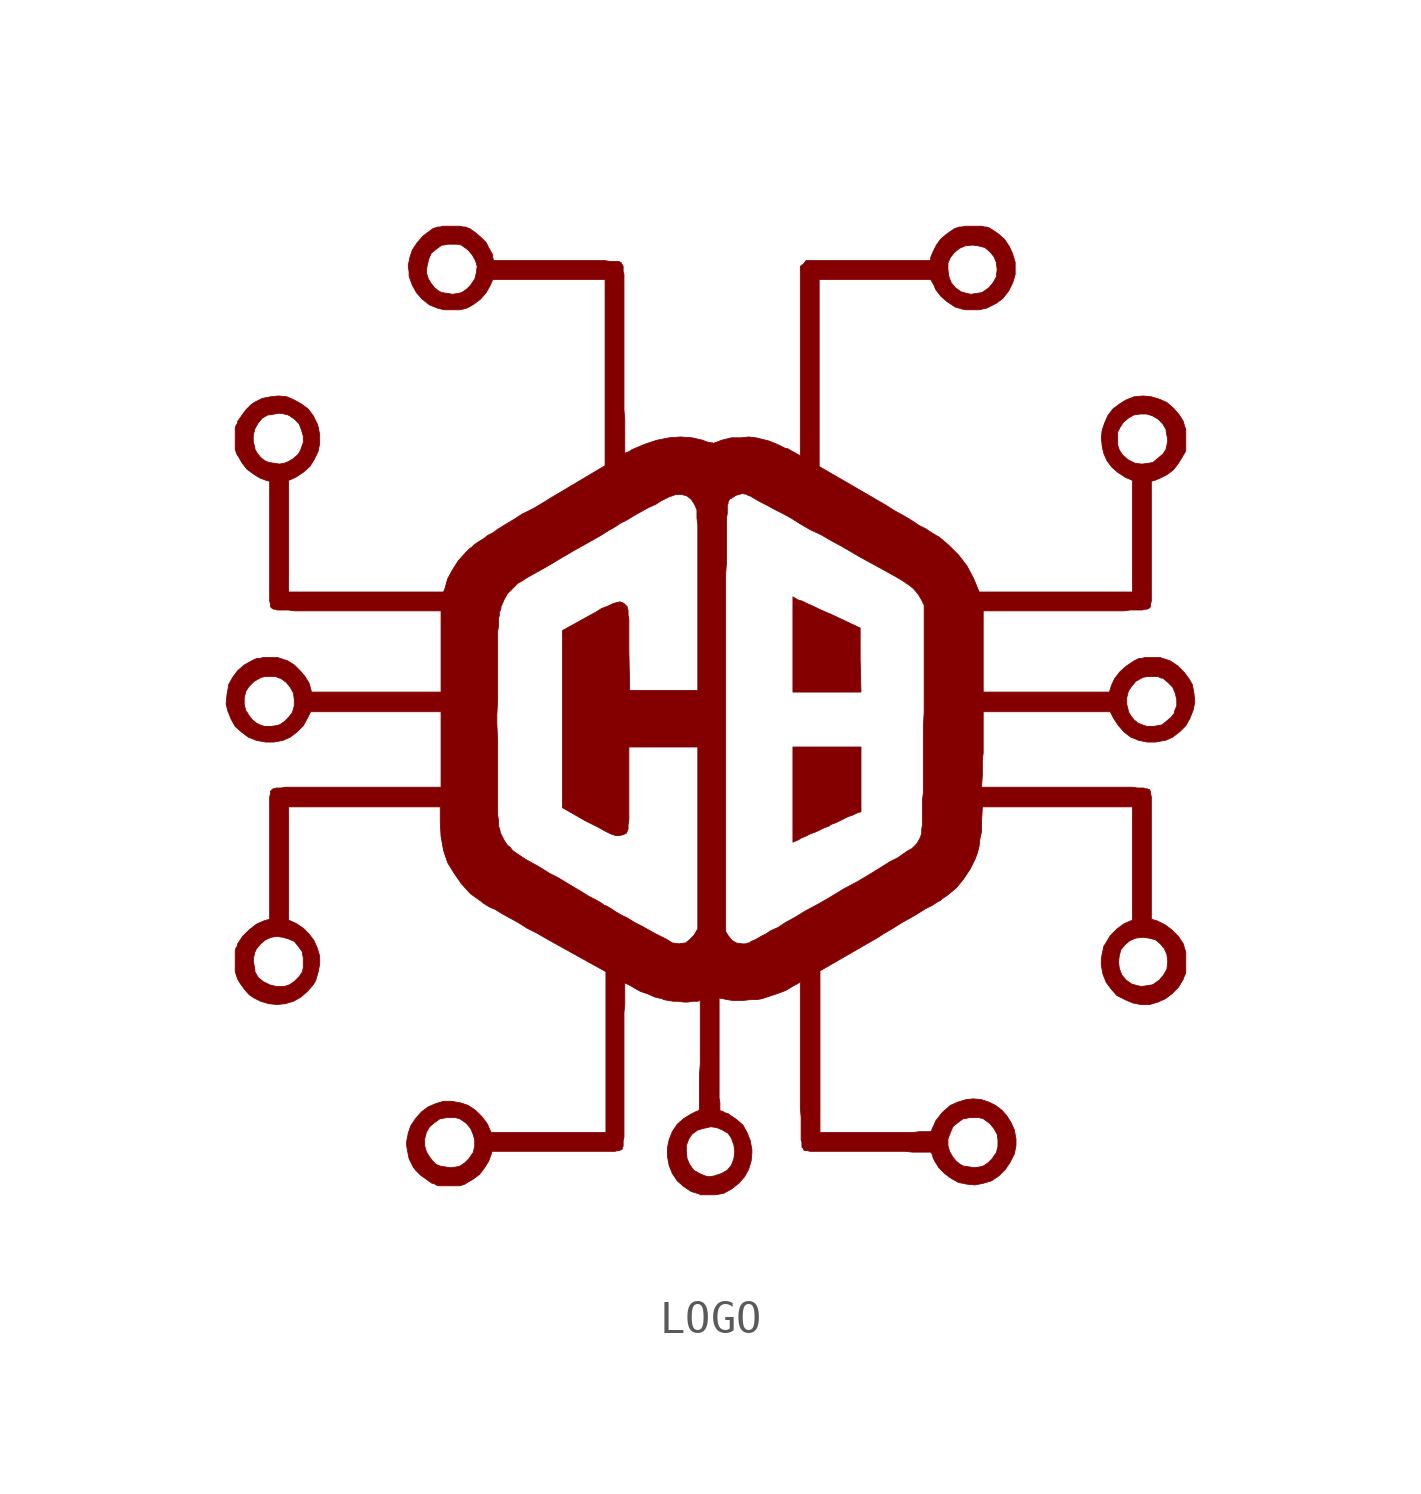
<source format=kicad_sym>
(kicad_symbol_lib
  (version 20201005)
  (generator kicad_symbol_editor)
  (symbol "0xcb:LOGO"
    (pin_names
      (offset 1.016))
    (property "Reference" "#G"
      (at 0 -14.376 0)
      (effects (font (size 1.27 1.27)) hide))
    (symbol "LOGO_0_0"
      (polyline (pts (xy 4.623 1.575) (xy 4.623 2.565) (xy 3.708 2.997) (xy 3.581 3.048) (xy 3.353 3.15) (xy 3.15 3.251) (xy 2.972 3.327) (xy 2.819 3.404) (xy 2.718 3.429) (xy 2.667 3.454) (xy 2.54 3.531) (xy 2.54 0.584) (xy 4.648 0.584) (xy 4.623 1.575)) (stroke (width 0.025)) (fill (type outline)))
      (polyline (pts (xy 2.718 -3.988) (xy 2.794 -3.937) (xy 2.921 -3.886) (xy 3.073 -3.81) (xy 3.277 -3.734) (xy 3.48 -3.632) (xy 3.683 -3.556) (xy 3.683 -3.531) (xy 3.886 -3.454) (xy 4.242 -3.277) (xy 4.394 -3.226) (xy 4.547 -3.15) (xy 4.648 -3.124) (xy 4.648 -1.118) (xy 2.54 -1.118) (xy 2.54 -4.064) (xy 2.718 -3.988)) (stroke (width 0.025)) (fill (type outline)))
      (polyline (pts (xy 0.279 -14.961) (xy 0.406 -14.935) (xy 0.635 -14.808) (xy 0.864 -14.63) (xy 1.041 -14.427) (xy 1.168 -14.199) (xy 1.245 -13.945) (xy 1.27 -13.691) (xy 1.27 -13.589) (xy 1.219 -13.31) (xy 1.118 -13.056) (xy 0.991 -12.827) (xy 0.787 -12.649) (xy 0.559 -12.497) (xy 0.533 -12.471) (xy 0.432 -12.446) (xy 0.356 -12.395) (xy 0.305 -12.395) (xy 0.279 -12.37) (xy 0.279 -12.141) (xy 0.254 -11.989) (xy 0.254 -8.89) (xy 0.508 -8.941) (xy 0.66 -8.966) (xy 1.016 -8.966) (xy 1.219 -8.941) (xy 1.422 -8.941) (xy 1.575 -8.915) (xy 2.032 -8.763) (xy 2.311 -8.661) (xy 2.565 -8.509) (xy 2.667 -8.458) (xy 2.743 -8.407) (xy 2.769 -8.382) (xy 2.769 -12.294) (xy 2.794 -12.573) (xy 2.794 -13.284) (xy 2.819 -13.36) (xy 2.819 -13.462) (xy 7.341 -13.462) (xy 7.341 -13.259) (xy 7.417 -13.056) (xy 7.493 -12.878) (xy 7.645 -12.751) (xy 7.823 -12.624) (xy 7.874 -12.624) (xy 8.001 -12.598) (xy 8.306 -12.598) (xy 8.433 -12.624) (xy 8.458 -12.649) (xy 8.636 -12.776) (xy 8.763 -12.929) (xy 8.865 -13.106) (xy 8.89 -13.284) (xy 8.89 -13.487) (xy 8.839 -13.691) (xy 8.814 -13.716) (xy 8.712 -13.868) (xy 8.585 -13.995) (xy 8.433 -14.097) (xy 8.331 -14.122) (xy 8.153 -14.148) (xy 8.001 -14.122) (xy 7.823 -14.097) (xy 7.722 -14.046) (xy 7.595 -13.945) (xy 7.493 -13.818) (xy 7.417 -13.691) (xy 7.391 -13.64) (xy 7.341 -13.462) (xy 2.819 -13.462) (xy 2.819 -13.513) (xy 2.87 -13.564) (xy 2.87 -13.589) (xy 2.896 -13.614) (xy 2.972 -13.614) (xy 3.073 -13.64) (xy 6.02 -13.64) (xy 6.248 -13.665) (xy 6.807 -13.665) (xy 6.833 -13.691) (xy 6.858 -13.741) (xy 6.883 -13.843) (xy 6.934 -13.945) (xy 7.061 -14.148) (xy 7.239 -14.326) (xy 7.442 -14.478) (xy 7.671 -14.605) (xy 7.925 -14.656) (xy 8.179 -14.681) (xy 8.433 -14.63) (xy 8.687 -14.554) (xy 8.915 -14.402) (xy 9.119 -14.199) (xy 9.271 -13.97) (xy 9.398 -13.716) (xy 9.449 -13.462) (xy 9.449 -13.259) (xy 9.398 -12.979) (xy 9.296 -12.751) (xy 9.169 -12.548) (xy 9.017 -12.37) (xy 8.814 -12.217) (xy 8.611 -12.116) (xy 8.382 -12.04) (xy 8.128 -12.014) (xy 7.899 -12.04) (xy 7.645 -12.116) (xy 7.417 -12.217) (xy 7.214 -12.395) (xy 7.137 -12.471) (xy 7.061 -12.573) (xy 6.96 -12.7) (xy 6.909 -12.827) (xy 6.858 -12.929) (xy 6.833 -13.005) (xy 6.807 -13.03) (xy 6.452 -13.03) (xy 6.274 -13.056) (xy 3.378 -13.056) (xy 3.378 -8.052) (xy 5.182 -7.01) (xy 5.334 -6.909) (xy 5.639 -6.731) (xy 5.918 -6.553) (xy 6.198 -6.401) (xy 6.452 -6.248) (xy 6.655 -6.121) (xy 6.858 -6.02) (xy 7.01 -5.918) (xy 7.112 -5.867) (xy 7.163 -5.817) (xy 7.315 -5.715) (xy 7.595 -5.486) (xy 7.823 -5.207) (xy 8.026 -4.902) (xy 8.179 -4.597) (xy 8.255 -4.394) (xy 8.306 -4.191) (xy 8.331 -3.962) (xy 8.382 -3.734) (xy 8.382 -3.429) (xy 8.407 -2.972) (xy 13.056 -2.972) (xy 13.056 -6.477) (xy 12.827 -6.579) (xy 12.776 -6.604) (xy 12.573 -6.756) (xy 12.37 -6.96) (xy 12.217 -7.214) (xy 12.167 -7.29) (xy 12.09 -7.671) (xy 12.09 -7.772) (xy 12.624 -7.772) (xy 12.649 -7.569) (xy 12.7 -7.391) (xy 12.827 -7.239) (xy 12.979 -7.112) (xy 13.157 -7.036) (xy 13.386 -7.01) (xy 13.564 -7.036) (xy 13.767 -7.087) (xy 13.919 -7.214) (xy 14.046 -7.366) (xy 14.122 -7.544) (xy 14.148 -7.772) (xy 14.122 -8.001) (xy 14.021 -8.179) (xy 13.894 -8.331) (xy 13.716 -8.458) (xy 13.665 -8.484) (xy 13.513 -8.509) (xy 13.335 -8.534) (xy 13.208 -8.509) (xy 13.03 -8.458) (xy 12.852 -8.331) (xy 12.725 -8.179) (xy 12.649 -7.976) (xy 12.624 -7.772) (xy 12.09 -7.772) (xy 12.09 -7.874) (xy 12.141 -8.153) (xy 12.243 -8.407) (xy 12.395 -8.611) (xy 12.573 -8.814) (xy 12.827 -8.941) (xy 13.056 -9.042) (xy 13.31 -9.093) (xy 13.589 -9.093) (xy 13.843 -9.017) (xy 14.072 -8.915) (xy 14.275 -8.763) (xy 14.478 -8.56) (xy 14.63 -8.306) (xy 14.63 -8.28) (xy 14.681 -8.179) (xy 14.707 -8.103) (xy 14.707 -7.468) (xy 14.656 -7.315) (xy 14.63 -7.214) (xy 14.478 -6.985) (xy 14.275 -6.782) (xy 14.072 -6.629) (xy 13.818 -6.502) (xy 13.64 -6.452) (xy 13.64 -2.667) (xy 13.614 -2.54) (xy 13.614 -2.489) (xy 13.589 -2.464) (xy 13.589 -2.438) (xy 13.564 -2.438) (xy 13.513 -2.413) (xy 13.462 -2.413) (xy 13.411 -2.388) (xy 13.208 -2.388) (xy 13.056 -2.362) (xy 8.382 -2.362) (xy 8.407 -1.981) (xy 8.407 -1.524) (xy 8.433 -1.295) (xy 8.433 -0.025) (xy 12.37 -0.025) (xy 12.471 -0.229) (xy 12.624 -0.457) (xy 12.802 -0.66) (xy 13.005 -0.813) (xy 13.259 -0.914) (xy 13.513 -0.965) (xy 13.767 -0.965) (xy 14.046 -0.914) (xy 14.072 -0.914) (xy 14.3 -0.813) (xy 14.529 -0.635) (xy 14.707 -0.457) (xy 14.834 -0.229) (xy 14.935 0.025) (xy 14.986 0.279) (xy 14.961 0.533) (xy 14.91 0.813) (xy 14.808 0.991) (xy 14.656 1.194) (xy 14.453 1.397) (xy 14.224 1.549) (xy 13.919 1.651) (xy 13.437 1.651) (xy 13.335 1.626) (xy 13.259 1.626) (xy 13.106 1.549) (xy 12.878 1.397) (xy 12.675 1.219) (xy 12.497 0.991) (xy 12.395 0.762) (xy 12.344 0.584) (xy 8.433 0.584) (xy 8.433 3.099) (xy 12.802 3.099) (xy 12.979 3.124) (xy 13.36 3.124) (xy 13.437 3.15) (xy 13.513 3.15) (xy 13.538 3.175) (xy 13.564 3.175) (xy 13.614 3.226) (xy 13.614 3.302) (xy 13.64 3.404) (xy 13.64 7.112) (xy 13.741 7.137) (xy 13.919 7.214) (xy 14.122 7.315) (xy 14.326 7.468) (xy 14.478 7.671) (xy 14.605 7.874) (xy 14.63 7.925) (xy 14.681 8.001) (xy 14.707 8.077) (xy 14.707 8.712) (xy 14.656 8.865) (xy 14.63 8.966) (xy 14.503 9.169) (xy 14.326 9.373) (xy 14.122 9.55) (xy 13.894 9.652) (xy 13.64 9.728) (xy 13.386 9.754) (xy 13.106 9.728) (xy 12.852 9.627) (xy 12.649 9.5) (xy 12.446 9.347) (xy 12.294 9.144) (xy 12.192 8.915) (xy 12.116 8.687) (xy 12.09 8.458) (xy 12.116 8.23) (xy 12.598 8.23) (xy 12.598 8.636) (xy 12.675 8.788) (xy 12.776 8.941) (xy 12.929 9.068) (xy 13.106 9.169) (xy 13.31 9.195) (xy 13.487 9.195) (xy 13.665 9.144) (xy 13.843 9.042) (xy 13.995 8.89) (xy 14.097 8.712) (xy 14.097 8.661) (xy 14.122 8.534) (xy 14.148 8.382) (xy 14.122 8.23) (xy 14.097 8.128) (xy 14.097 8.103) (xy 13.995 7.95) (xy 13.691 7.696) (xy 13.564 7.671) (xy 13.36 7.645) (xy 13.335 7.645) (xy 13.132 7.671) (xy 12.929 7.772) (xy 12.776 7.899) (xy 12.751 7.925) (xy 12.649 8.077) (xy 12.598 8.23) (xy 12.116 8.23) (xy 12.116 8.204) (xy 12.167 7.976) (xy 12.268 7.747) (xy 12.421 7.544) (xy 12.598 7.391) (xy 12.827 7.239) (xy 13.056 7.137) (xy 13.056 3.683) (xy 8.306 3.683) (xy 8.204 3.937) (xy 8.128 4.115) (xy 7.925 4.496) (xy 7.671 4.826) (xy 7.366 5.131) (xy 7.036 5.41) (xy 7.01 5.41) (xy 6.934 5.461) (xy 6.807 5.537) (xy 6.655 5.639) (xy 6.452 5.74) (xy 6.223 5.893) (xy 5.969 6.045) (xy 5.69 6.198) (xy 5.41 6.375) (xy 5.105 6.553) (xy 3.353 7.569) (xy 3.353 13.36) (xy 6.807 13.36) (xy 6.909 13.183) (xy 6.96 13.056) (xy 7.112 12.852) (xy 7.315 12.675) (xy 7.544 12.522) (xy 7.595 12.497) (xy 7.696 12.471) (xy 7.772 12.446) (xy 7.899 12.421) (xy 8.306 12.421) (xy 8.407 12.446) (xy 8.534 12.471) (xy 8.839 12.624) (xy 9.042 12.776) (xy 9.22 13.005) (xy 9.347 13.259) (xy 9.423 13.513) (xy 9.423 13.894) (xy 9.347 14.148) (xy 9.246 14.376) (xy 9.093 14.605) (xy 8.89 14.783) (xy 8.661 14.935) (xy 8.611 14.961) (xy 8.534 14.986) (xy 8.484 14.986) (xy 8.382 15.011) (xy 7.874 15.011) (xy 7.772 14.986) (xy 7.696 14.986) (xy 7.544 14.935) (xy 7.468 14.884) (xy 7.29 14.757) (xy 7.112 14.605) (xy 6.985 14.427) (xy 6.883 14.224) (xy 6.807 14.046) (xy 6.807 13.945) (xy 2.946 13.945) (xy 2.87 13.843) (xy 2.769 13.767) (xy 2.769 13.665) (xy 7.341 13.665) (xy 7.341 13.868) (xy 7.417 14.046) (xy 7.544 14.199) (xy 7.696 14.326) (xy 7.874 14.402) (xy 8.103 14.427) (xy 8.28 14.402) (xy 8.484 14.351) (xy 8.636 14.224) (xy 8.763 14.072) (xy 8.839 13.894) (xy 8.865 13.665) (xy 8.839 13.437) (xy 8.738 13.259) (xy 8.611 13.106) (xy 8.433 12.979) (xy 8.382 12.954) (xy 8.23 12.929) (xy 8.052 12.903) (xy 7.925 12.929) (xy 7.747 12.979) (xy 7.569 13.106) (xy 7.442 13.259) (xy 7.366 13.462) (xy 7.341 13.665) (xy 2.769 13.665) (xy 2.769 7.899) (xy 2.362 8.128) (xy 2.311 8.128) (xy 2.057 8.255) (xy 1.803 8.357) (xy 1.397 8.458) (xy 1.168 8.484) (xy 0.94 8.458) (xy 0.635 8.458) (xy 0.33 8.382) (xy 0.203 8.331) (xy 0.051 8.28) (xy 0.051 8.306) (xy -0.025 8.306) (xy -0.127 8.331) (xy -0.254 8.382) (xy -0.584 8.458) (xy -0.94 8.484) (xy -1.295 8.458) (xy -1.676 8.382) (xy -2.057 8.255) (xy -2.413 8.103) (xy -2.464 8.077) (xy -2.54 8.026) (xy -2.616 8.001) (xy -2.667 7.976) (xy -2.667 9.017) (xy -2.692 9.322) (xy -2.692 13.513) (xy -2.718 13.614) (xy -2.718 13.767) (xy -2.743 13.818) (xy -2.769 13.843) (xy -2.769 13.868) (xy -2.794 13.894) (xy -2.819 13.894) (xy -2.845 13.919) (xy -3.124 13.919) (xy -3.277 13.945) (xy -6.731 13.945) (xy -6.756 14.046) (xy -6.756 14.122) (xy -6.858 14.3) (xy -6.96 14.503) (xy -7.112 14.656) (xy -7.29 14.808) (xy -7.468 14.935) (xy -7.544 14.961) (xy -7.595 14.986) (xy -7.671 14.986) (xy -7.772 15.011) (xy -8.306 15.011) (xy -8.382 14.986) (xy -8.458 14.986) (xy -8.611 14.935) (xy -8.915 14.707) (xy -9.093 14.503) (xy -9.246 14.275) (xy -9.322 14.046) (xy -9.373 13.792) (xy -9.347 13.589) (xy -8.814 13.589) (xy -8.788 13.792) (xy -8.738 13.995) (xy -8.661 14.173) (xy -8.509 14.3) (xy -8.331 14.427) (xy -8.28 14.427) (xy -8.153 14.453) (xy -7.849 14.453) (xy -7.722 14.427) (xy -7.696 14.402) (xy -7.518 14.275) (xy -7.391 14.122) (xy -7.29 13.945) (xy -7.239 13.767) (xy -7.264 13.564) (xy -7.315 13.36) (xy -7.341 13.335) (xy -7.442 13.183) (xy -7.569 13.056) (xy -7.722 12.954) (xy -7.823 12.929) (xy -8.001 12.903) (xy -8.153 12.929) (xy -8.331 12.954) (xy -8.433 13.005) (xy -8.56 13.106) (xy -8.661 13.233) (xy -8.738 13.36) (xy -8.763 13.411) (xy -8.814 13.589) (xy -9.347 13.589) (xy -9.347 13.513) (xy -9.347 13.462) (xy -9.246 13.183) (xy -9.119 12.954) (xy -8.941 12.751) (xy -8.712 12.573) (xy -8.458 12.471) (xy -8.255 12.421) (xy -7.772 12.421) (xy -7.569 12.471) (xy -7.468 12.522) (xy -7.341 12.598) (xy -7.137 12.751) (xy -6.96 12.954) (xy -6.833 13.183) (xy -6.756 13.36) (xy -3.277 13.36) (xy -3.277 7.595) (xy -5.029 6.553) (xy -5.105 6.502) (xy -5.486 6.274) (xy -5.842 6.096) (xy -6.121 5.918) (xy -6.375 5.766) (xy -6.579 5.639) (xy -6.756 5.512) (xy -6.909 5.436) (xy -7.036 5.334) (xy -7.163 5.258) (xy -7.315 5.156) (xy -7.391 5.08) (xy -7.468 5.029) (xy -7.595 4.902) (xy -7.823 4.648) (xy -8.001 4.369) (xy -8.153 4.089) (xy -8.23 3.81) (xy -8.28 3.683) (xy -13.081 3.683) (xy -13.081 7.137) (xy -12.852 7.239) (xy -12.624 7.391) (xy -12.421 7.569) (xy -12.294 7.772) (xy -12.167 8.026) (xy -12.116 8.28) (xy -12.116 8.56) (xy -12.167 8.814) (xy -12.192 8.89) (xy -12.319 9.144) (xy -12.471 9.347) (xy -12.675 9.5) (xy -12.903 9.627) (xy -13.132 9.728) (xy -13.386 9.754) (xy -13.64 9.728) (xy -13.894 9.677) (xy -14.148 9.55) (xy -14.249 9.474) (xy -14.402 9.322) (xy -14.656 8.966) (xy -14.656 8.915) (xy -14.707 8.839) (xy -14.732 8.763) (xy -14.732 8.331) (xy -14.173 8.331) (xy -14.173 8.534) (xy -14.122 8.738) (xy -14.021 8.915) (xy -13.894 9.068) (xy -13.716 9.169) (xy -13.665 9.169) (xy -13.36 9.22) (xy -13.208 9.195) (xy -13.106 9.169) (xy -13.056 9.144) (xy -12.903 9.042) (xy -12.751 8.89) (xy -12.675 8.687) (xy -12.624 8.509) (xy -12.624 8.306) (xy -12.7 8.103) (xy -12.7 8.077) (xy -12.802 7.925) (xy -12.954 7.798) (xy -13.081 7.722) (xy -13.208 7.671) (xy -13.36 7.645) (xy -13.538 7.671) (xy -13.691 7.696) (xy -13.818 7.747) (xy -13.945 7.849) (xy -14.046 7.976) (xy -14.122 8.103) (xy -14.122 8.153) (xy -14.173 8.331) (xy -14.732 8.331) (xy -14.732 8.103) (xy -14.681 7.95) (xy -14.63 7.874) (xy -14.529 7.696) (xy -14.376 7.493) (xy -14.173 7.341) (xy -13.97 7.214) (xy -13.767 7.137) (xy -13.665 7.112) (xy -13.665 3.404) (xy -13.64 3.302) (xy -13.64 3.226) (xy -13.589 3.175) (xy -13.538 3.15) (xy -13.487 3.15) (xy -13.437 3.124) (xy -13.081 3.124) (xy -12.903 3.099) (xy -8.357 3.099) (xy -8.357 0.584) (xy -12.37 0.584) (xy -12.395 0.686) (xy -12.446 0.864) (xy -12.573 1.067) (xy -12.725 1.245) (xy -12.903 1.422) (xy -13.106 1.549) (xy -13.411 1.651) (xy -13.868 1.651) (xy -13.97 1.626) (xy -14.046 1.626) (xy -14.122 1.6) (xy -14.224 1.549) (xy -14.453 1.422) (xy -14.656 1.245) (xy -14.808 1.041) (xy -14.935 0.813) (xy -14.935 0.787) (xy -14.986 0.508) (xy -15.011 0.254) (xy -15.011 0.203) (xy -14.453 0.203) (xy -14.453 0.406) (xy -14.402 0.61) (xy -14.3 0.762) (xy -14.148 0.914) (xy -13.97 1.016) (xy -13.919 1.041) (xy -13.792 1.067) (xy -13.487 1.067) (xy -13.36 1.016) (xy -13.335 1.016) (xy -13.157 0.889) (xy -13.03 0.737) (xy -12.929 0.559) (xy -12.903 0.356) (xy -12.903 0.152) (xy -12.954 -0.025) (xy -12.979 -0.076) (xy -13.081 -0.203) (xy -13.208 -0.33) (xy -13.36 -0.432) (xy -13.462 -0.457) (xy -13.64 -0.483) (xy -13.818 -0.483) (xy -13.97 -0.432) (xy -14.072 -0.381) (xy -14.199 -0.279) (xy -14.3 -0.152) (xy -14.376 -0.025) (xy -14.402 0) (xy -14.453 0.203) (xy -15.011 0.203) (xy -14.961 0) (xy -14.859 -0.254) (xy -14.732 -0.483) (xy -14.529 -0.66) (xy -14.326 -0.813) (xy -14.072 -0.914) (xy -13.792 -0.965) (xy -13.538 -0.965) (xy -13.259 -0.914) (xy -13.03 -0.813) (xy -12.827 -0.66) (xy -12.624 -0.457) (xy -12.497 -0.229) (xy -12.395 -0.025) (xy -8.357 -0.025) (xy -8.357 -0.406) (xy -6.629 -0.406) (xy -6.629 -0.127) (xy -6.604 0.356) (xy -6.604 2.464) (xy -6.579 2.616) (xy -6.579 2.87) (xy -6.553 2.946) (xy -6.553 3.048) (xy -6.528 3.099) (xy -6.502 3.175) (xy -6.502 3.226) (xy -6.477 3.277) (xy -6.401 3.454) (xy -6.299 3.632) (xy -5.969 3.962) (xy -5.867 4.013) (xy -5.715 4.115) (xy -5.537 4.216) (xy -5.08 4.47) (xy -4.572 4.775) (xy -4.521 4.801) (xy -4.267 4.953) (xy -3.81 5.207) (xy -3.454 5.41) (xy -3.327 5.486) (xy -3.251 5.537) (xy -3.2 5.563) (xy -3.175 5.588) (xy -3.073 5.639) (xy -2.946 5.715) (xy -2.794 5.817) (xy -2.591 5.918) (xy -2.388 6.045) (xy -1.93 6.299) (xy -1.702 6.401) (xy -1.549 6.502) (xy -1.295 6.629) (xy -1.143 6.68) (xy -1.092 6.706) (xy -0.914 6.706) (xy -0.737 6.655) (xy -0.61 6.553) (xy -0.508 6.401) (xy -0.432 6.223) (xy -0.432 5.969) (xy -0.406 5.766) (xy -0.406 0.635) (xy -2.515 0.635) (xy -2.54 1.88) (xy -2.54 2.845) (xy -2.565 2.972) (xy -2.565 3.124) (xy -2.591 3.175) (xy -2.591 3.226) (xy -2.692 3.327) (xy -2.743 3.353) (xy -2.819 3.378) (xy -3.023 3.327) (xy -3.175 3.251) (xy -3.378 3.175) (xy -3.581 3.048) (xy -3.861 2.896) (xy -4.597 2.489) (xy -4.597 -2.997) (xy -3.886 -3.404) (xy -3.48 -3.607) (xy -3.302 -3.708) (xy -3.099 -3.81) (xy -2.946 -3.861) (xy -2.845 -3.861) (xy -2.718 -3.835) (xy -2.616 -3.785) (xy -2.565 -3.658) (xy -2.565 -3.531) (xy -2.54 -3.378) (xy -2.54 -1.118) (xy -0.406 -1.118) (xy -0.406 -6.756) (xy -0.457 -6.833) (xy 0.457 -6.833) (xy 0.457 4.242) (xy 0.483 4.597) (xy 0.483 5.969) (xy 0.508 6.121) (xy 0.508 6.375) (xy 0.533 6.426) (xy 0.533 6.477) (xy 0.559 6.502) (xy 0.559 6.528) (xy 0.61 6.579) (xy 0.635 6.579) (xy 0.66 6.604) (xy 0.787 6.68) (xy 0.965 6.731) (xy 1.118 6.706) (xy 1.143 6.68) (xy 1.219 6.655) (xy 1.346 6.579) (xy 1.524 6.477) (xy 1.727 6.375) (xy 1.956 6.248) (xy 2.21 6.121) (xy 2.489 5.969) (xy 2.769 5.791) (xy 3.073 5.613) (xy 3.404 5.461) (xy 3.708 5.283) (xy 4.039 5.105) (xy 4.648 4.75) (xy 5.207 4.445) (xy 5.664 4.191) (xy 5.842 4.089) (xy 5.969 4.013) (xy 6.071 3.937) (xy 6.121 3.912) (xy 6.274 3.785) (xy 6.426 3.607) (xy 6.528 3.429) (xy 6.604 3.277) (xy 6.604 0.203) (xy 12.878 0.203) (xy 12.878 0.406) (xy 12.929 0.61) (xy 13.03 0.762) (xy 13.157 0.914) (xy 13.335 1.016) (xy 13.386 1.041) (xy 13.538 1.067) (xy 13.843 1.067) (xy 13.945 1.016) (xy 13.995 1.016) (xy 14.148 0.889) (xy 14.3 0.737) (xy 14.376 0.559) (xy 14.427 0.356) (xy 14.427 0.152) (xy 14.351 -0.025) (xy 14.351 -0.076) (xy 14.249 -0.203) (xy 14.097 -0.33) (xy 13.97 -0.432) (xy 13.843 -0.457) (xy 13.691 -0.483) (xy 13.513 -0.483) (xy 13.36 -0.432) (xy 13.233 -0.381) (xy 13.106 -0.279) (xy 13.005 -0.152) (xy 12.929 -0.025) (xy 12.929 0) (xy 12.878 0.203) (xy 6.604 0.203) (xy 6.604 -0.051) (xy 6.579 -0.483) (xy 6.579 -2.54) (xy 6.553 -2.743) (xy 6.553 -3.531) (xy 6.528 -3.658) (xy 6.528 -3.81) (xy 6.502 -3.861) (xy 6.502 -3.886) (xy 6.452 -3.988) (xy 6.375 -4.115) (xy 6.223 -4.267) (xy 6.121 -4.318) (xy 5.969 -4.42) (xy 5.791 -4.547) (xy 5.537 -4.674) (xy 5.258 -4.851) (xy 4.928 -5.055) (xy 4.547 -5.283) (xy 4.115 -5.512) (xy 3.658 -5.791) (xy 3.302 -5.994) (xy 2.921 -6.198) (xy 2.591 -6.401) (xy 2.311 -6.553) (xy 2.083 -6.706) (xy 1.854 -6.807) (xy 1.702 -6.909) (xy 1.549 -6.985) (xy 1.422 -7.061) (xy 1.321 -7.112) (xy 1.245 -7.137) (xy 1.194 -7.188) (xy 1.143 -7.188) (xy 1.092 -7.214) (xy 0.965 -7.214) (xy 0.787 -7.188) (xy 0.66 -7.112) (xy 0.533 -6.96) (xy 0.457 -6.833) (xy -0.457 -6.833) (xy -0.483 -6.883) (xy -0.533 -6.96) (xy -0.66 -7.087) (xy -0.787 -7.188) (xy -0.813 -7.188) (xy -0.991 -7.214) (xy -1.168 -7.188) (xy -1.194 -7.188) (xy -1.27 -7.137) (xy -1.397 -7.061) (xy -1.753 -6.883) (xy -1.93 -6.782) (xy -2.159 -6.655) (xy -2.362 -6.553) (xy -2.565 -6.426) (xy -2.769 -6.325) (xy -2.946 -6.223) (xy -3.099 -6.121) (xy -3.226 -6.045) (xy -3.302 -6.02) (xy -3.404 -5.944) (xy -3.581 -5.842) (xy -3.785 -5.74) (xy -3.988 -5.613) (xy -4.75 -5.156) (xy -5.004 -5.029) (xy -5.283 -4.851) (xy -5.74 -4.597) (xy -6.045 -4.394) (xy -6.147 -4.318) (xy -6.223 -4.216) (xy -6.299 -4.166) (xy -6.401 -4.013) (xy -6.528 -3.759) (xy -6.528 -3.708) (xy -6.579 -3.556) (xy -6.579 -3.378) (xy -6.604 -3.226) (xy -6.604 -0.914) (xy -6.629 -0.406) (xy -8.357 -0.406) (xy -8.357 -2.362) (xy -13.183 -2.362) (xy -13.31 -2.388) (xy -13.462 -2.388) (xy -13.538 -2.413) (xy -13.564 -2.413) (xy -13.64 -2.489) (xy -13.64 -2.565) (xy -13.665 -2.667) (xy -13.665 -6.452) (xy -13.843 -6.502) (xy -14.072 -6.604) (xy -14.3 -6.782) (xy -14.503 -6.985) (xy -14.656 -7.214) (xy -14.656 -7.264) (xy -14.707 -7.341) (xy -14.732 -7.417) (xy -14.732 -7.722) (xy -14.173 -7.722) (xy -14.148 -7.569) (xy -14.122 -7.468) (xy -14.072 -7.366) (xy -13.945 -7.214) (xy -13.792 -7.087) (xy -13.614 -7.01) (xy -13.437 -6.985) (xy -13.259 -7.01) (xy -13.081 -7.061) (xy -12.903 -7.137) (xy -12.776 -7.29) (xy -12.649 -7.468) (xy -12.649 -7.518) (xy -12.624 -7.645) (xy -12.624 -7.95) (xy -12.649 -8.077) (xy -12.751 -8.23) (xy -12.903 -8.382) (xy -13.056 -8.484) (xy -13.208 -8.534) (xy -13.462 -8.534) (xy -13.665 -8.484) (xy -13.868 -8.382) (xy -14.021 -8.255) (xy -14.122 -8.077) (xy -14.122 -8.026) (xy -14.173 -7.722) (xy -14.732 -7.722) (xy -14.732 -8.077) (xy -14.656 -8.306) (xy -14.58 -8.433) (xy -14.453 -8.611) (xy -14.3 -8.788) (xy -14.148 -8.89) (xy -13.945 -8.992) (xy -13.691 -9.068) (xy -13.437 -9.093) (xy -13.183 -9.068) (xy -12.929 -8.992) (xy -12.7 -8.865) (xy -12.497 -8.687) (xy -12.319 -8.484) (xy -12.243 -8.357) (xy -12.167 -8.103) (xy -12.116 -7.849) (xy -12.116 -7.595) (xy -12.192 -7.341) (xy -12.294 -7.112) (xy -12.446 -6.909) (xy -12.624 -6.731) (xy -12.852 -6.579) (xy -13.081 -6.477) (xy -13.081 -2.972) (xy -8.382 -2.972) (xy -8.382 -3.454) (xy -8.357 -3.886) (xy -8.28 -4.318) (xy -8.153 -4.699) (xy -7.95 -5.029) (xy -7.722 -5.359) (xy -7.442 -5.664) (xy -7.087 -5.918) (xy -7.061 -5.944) (xy -6.985 -5.994) (xy -6.858 -6.071) (xy -6.68 -6.147) (xy -6.477 -6.274) (xy -6.248 -6.401) (xy -5.969 -6.553) (xy -5.69 -6.731) (xy -5.385 -6.883) (xy -5.08 -7.061) (xy -3.251 -8.077) (xy -3.251 -13.056) (xy -6.807 -13.056) (xy -6.909 -12.827) (xy -6.934 -12.776) (xy -7.087 -12.573) (xy -7.29 -12.37) (xy -7.518 -12.217) (xy -7.747 -12.141) (xy -8.026 -12.09) (xy -8.28 -12.09) (xy -8.534 -12.167) (xy -8.763 -12.268) (xy -8.966 -12.421) (xy -9.144 -12.624) (xy -9.296 -12.852) (xy -9.373 -13.081) (xy -9.423 -13.335) (xy -9.423 -13.462) (xy -8.865 -13.462) (xy -8.865 -13.259) (xy -8.814 -13.056) (xy -8.712 -12.878) (xy -8.56 -12.751) (xy -8.382 -12.624) (xy -8.331 -12.624) (xy -8.204 -12.598) (xy -7.899 -12.598) (xy -7.798 -12.624) (xy -7.747 -12.649) (xy -7.569 -12.776) (xy -7.442 -12.929) (xy -7.366 -13.106) (xy -7.315 -13.284) (xy -7.315 -13.487) (xy -7.366 -13.691) (xy -7.391 -13.716) (xy -7.493 -13.868) (xy -7.62 -13.995) (xy -7.772 -14.097) (xy -7.874 -14.122) (xy -8.052 -14.148) (xy -8.23 -14.122) (xy -8.382 -14.097) (xy -8.509 -14.046) (xy -8.611 -13.945) (xy -8.712 -13.818) (xy -8.788 -13.691) (xy -8.814 -13.64) (xy -8.865 -13.462) (xy -9.423 -13.462) (xy -9.398 -13.614) (xy -9.347 -13.868) (xy -9.22 -14.122) (xy -9.144 -14.224) (xy -8.992 -14.376) (xy -8.636 -14.63) (xy -8.585 -14.63) (xy -8.509 -14.681) (xy -8.433 -14.707) (xy -7.772 -14.707) (xy -7.62 -14.656) (xy -7.544 -14.605) (xy -7.366 -14.503) (xy -7.163 -14.351) (xy -7.01 -14.148) (xy -6.883 -13.945) (xy -6.807 -13.741) (xy -6.782 -13.64) (xy -2.972 -13.64) (xy -2.87 -13.614) (xy -2.819 -13.614) (xy -2.794 -13.589) (xy -2.769 -13.589) (xy -2.743 -13.564) (xy -2.743 -13.513) (xy -2.718 -13.487) (xy -2.718 -13.31) (xy -2.692 -13.208) (xy -2.692 -9.347) (xy -2.667 -9.093) (xy -2.667 -8.433) (xy -2.642 -8.433) (xy -2.489 -8.509) (xy -2.362 -8.585) (xy -2.184 -8.687) (xy -1.956 -8.763) (xy -1.727 -8.865) (xy -1.499 -8.915) (xy -1.473 -8.941) (xy -1.168 -8.992) (xy -1.016 -8.992) (xy -0.838 -9.017) (xy -0.711 -9.017) (xy -0.559 -8.992) (xy -0.406 -8.992) (xy -0.33 -8.966) (xy -0.33 -10.947) (xy -0.356 -11.278) (xy -0.356 -12.344) (xy -0.381 -12.37) (xy -0.381 -12.395) (xy -0.432 -12.395) (xy -0.635 -12.497) (xy -0.838 -12.624) (xy -1.041 -12.802) (xy -1.194 -13.03) (xy -1.295 -13.284) (xy -1.346 -13.538) (xy -1.346 -13.64) (xy -0.762 -13.64) (xy -0.762 -13.462) (xy -0.686 -13.259) (xy -0.584 -13.106) (xy -0.406 -12.979) (xy -0.229 -12.929) (xy 0 -12.878) (xy 0.178 -12.903) (xy 0.356 -12.979) (xy 0.533 -13.081) (xy 0.635 -13.233) (xy 0.711 -13.437) (xy 0.737 -13.64) (xy 0.737 -13.665) (xy 0.711 -13.868) (xy 0.635 -14.072) (xy 0.508 -14.224) (xy 0.33 -14.326) (xy 0.102 -14.402) (xy -0.051 -14.427) (xy -0.178 -14.402) (xy -0.356 -14.326) (xy -0.533 -14.224) (xy -0.66 -14.046) (xy -0.737 -13.868) (xy -0.762 -13.64) (xy -1.346 -13.64) (xy -1.346 -13.792) (xy -1.295 -14.072) (xy -1.194 -14.326) (xy -1.041 -14.554) (xy -0.838 -14.732) (xy -0.61 -14.884) (xy -0.356 -14.961) (xy -0.33 -14.986) (xy 0.127 -14.986) (xy 0.279 -14.961)) (stroke (width 0.025)) (fill (type outline))))))
</source>
